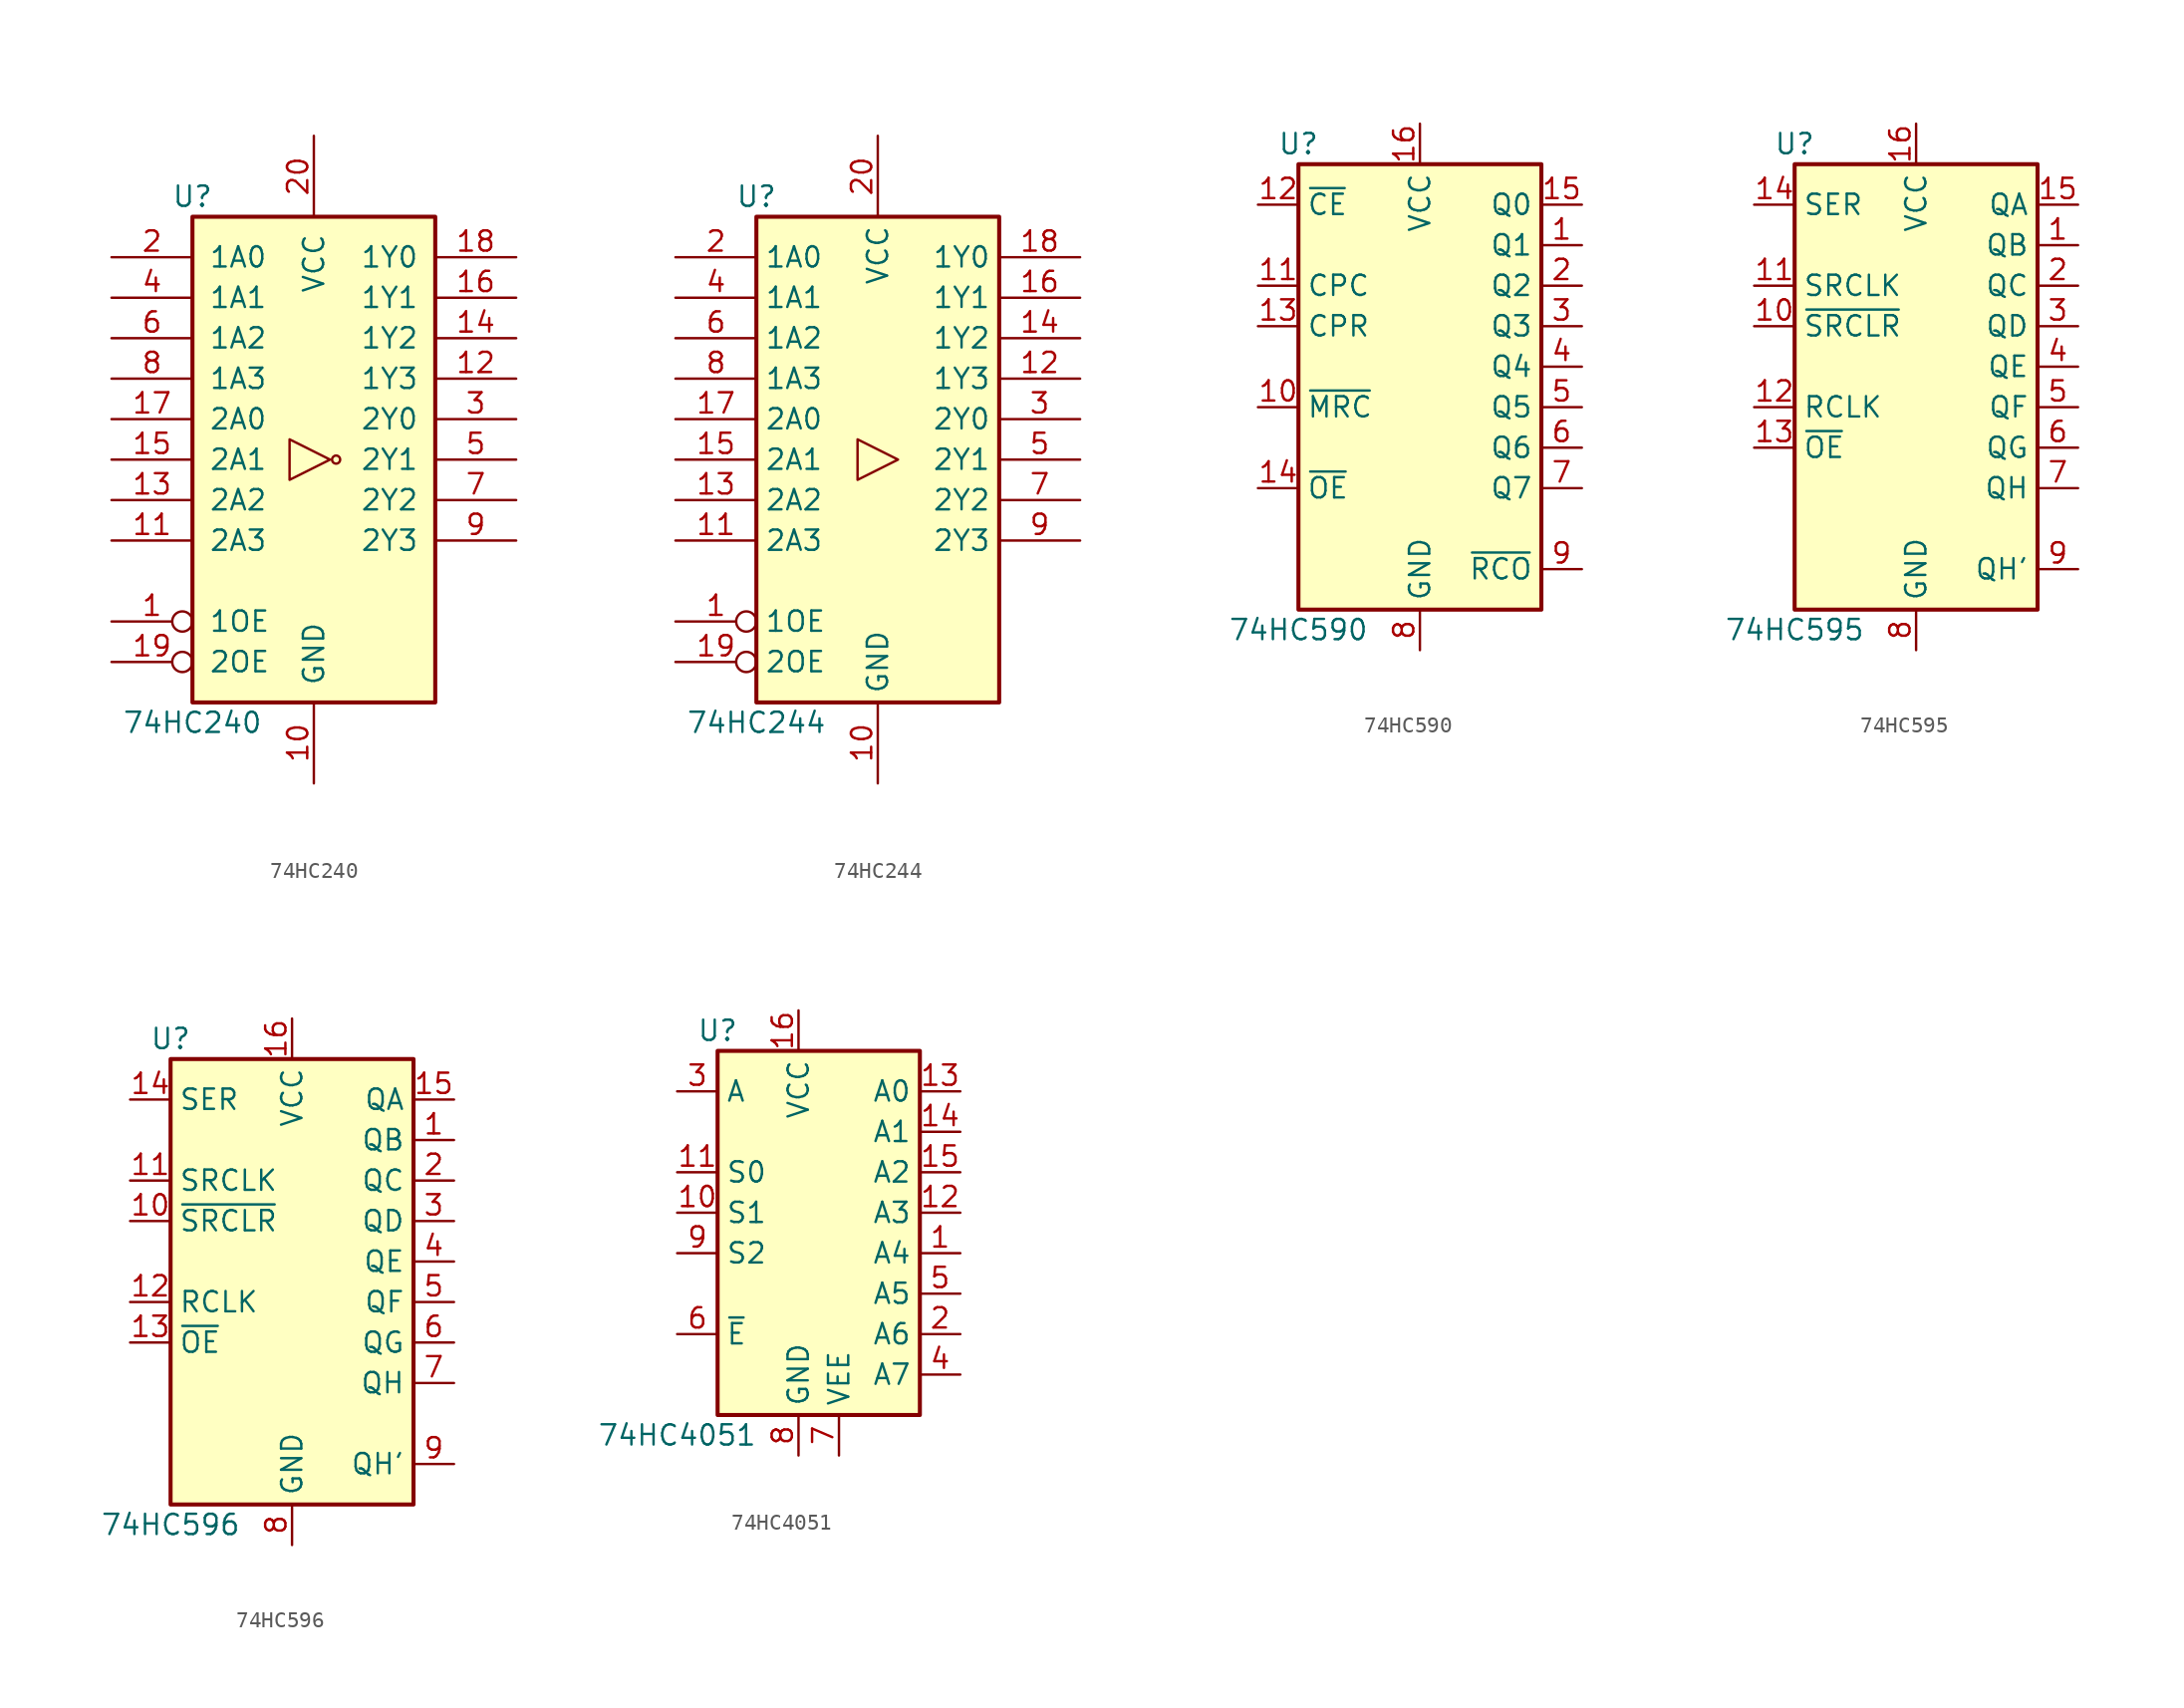
<source format=kicad_sym>
(kicad_symbol_lib
  (version 20201005)
  (generator kicad_symbol_editor)
  (symbol "74HC240"
    (pin_names
      (offset 1.016))
    (property "Reference" "U"
      (at -7.62 16.51 0)
      (effects (font (size 1.27 1.27))))
    (property "Value" "74HC240"
      (at -7.62 -16.51 0)
      (effects (font (size 1.27 1.27))))
    (property "ki_locked" ""
      (at 0 0 0)
      (effects (font (size 1.27 1.27))))
    (symbol "74HC240_1_0"
      (circle (center 1.397 0) (radius 0.254) (stroke (width 0.152)) (fill (type none)))
      (polyline (pts (xy 1.016 0) (xy -1.524 1.27) (xy -1.524 -1.27) (xy 1.016 0)) (stroke (width 0.152)) (fill (type none)))
      (pin input inverted (at -12.7 -10.16 0) (length 5.08) (name "1OE" (effects (font (size 1.27 1.27)))) (number "1" (effects (font (size 1.27 1.27)))))
      (pin power_in line (at 0 -20.32 90) (length 5.08) (name "GND" (effects (font (size 1.27 1.27)))) (number "10" (effects (font (size 1.27 1.27)))))
      (pin input line (at -12.7 -5.08 0) (length 5.08) (name "2A3" (effects (font (size 1.27 1.27)))) (number "11" (effects (font (size 1.27 1.27)))))
      (pin tri_state line (at 12.7 5.08 180) (length 5.08) (name "1Y3" (effects (font (size 1.27 1.27)))) (number "12" (effects (font (size 1.27 1.27)))))
      (pin input line (at -12.7 -2.54 0) (length 5.08) (name "2A2" (effects (font (size 1.27 1.27)))) (number "13" (effects (font (size 1.27 1.27)))))
      (pin tri_state line (at 12.7 7.62 180) (length 5.08) (name "1Y2" (effects (font (size 1.27 1.27)))) (number "14" (effects (font (size 1.27 1.27)))))
      (pin input line (at -12.7 0 0) (length 5.08) (name "2A1" (effects (font (size 1.27 1.27)))) (number "15" (effects (font (size 1.27 1.27)))))
      (pin tri_state line (at 12.7 10.16 180) (length 5.08) (name "1Y1" (effects (font (size 1.27 1.27)))) (number "16" (effects (font (size 1.27 1.27)))))
      (pin input line (at -12.7 2.54 0) (length 5.08) (name "2A0" (effects (font (size 1.27 1.27)))) (number "17" (effects (font (size 1.27 1.27)))))
      (pin tri_state line (at 12.7 12.7 180) (length 5.08) (name "1Y0" (effects (font (size 1.27 1.27)))) (number "18" (effects (font (size 1.27 1.27)))))
      (pin input inverted (at -12.7 -12.7 0) (length 5.08) (name "2OE" (effects (font (size 1.27 1.27)))) (number "19" (effects (font (size 1.27 1.27)))))
      (pin input line (at -12.7 12.7 0) (length 5.08) (name "1A0" (effects (font (size 1.27 1.27)))) (number "2" (effects (font (size 1.27 1.27)))))
      (pin power_in line (at 0 20.32 270) (length 5.08) (name "VCC" (effects (font (size 1.27 1.27)))) (number "20" (effects (font (size 1.27 1.27)))))
      (pin tri_state line (at 12.7 2.54 180) (length 5.08) (name "2Y0" (effects (font (size 1.27 1.27)))) (number "3" (effects (font (size 1.27 1.27)))))
      (pin input line (at -12.7 10.16 0) (length 5.08) (name "1A1" (effects (font (size 1.27 1.27)))) (number "4" (effects (font (size 1.27 1.27)))))
      (pin tri_state line (at 12.7 0 180) (length 5.08) (name "2Y1" (effects (font (size 1.27 1.27)))) (number "5" (effects (font (size 1.27 1.27)))))
      (pin input line (at -12.7 7.62 0) (length 5.08) (name "1A2" (effects (font (size 1.27 1.27)))) (number "6" (effects (font (size 1.27 1.27)))))
      (pin tri_state line (at 12.7 -2.54 180) (length 5.08) (name "2Y2" (effects (font (size 1.27 1.27)))) (number "7" (effects (font (size 1.27 1.27)))))
      (pin input line (at -12.7 5.08 0) (length 5.08) (name "1A3" (effects (font (size 1.27 1.27)))) (number "8" (effects (font (size 1.27 1.27)))))
      (pin tri_state line (at 12.7 -5.08 180) (length 5.08) (name "2Y3" (effects (font (size 1.27 1.27)))) (number "9" (effects (font (size 1.27 1.27))))))
    (symbol "74HC240_1_1"
      (rectangle (start -7.62 15.24) (end 7.62 -15.24) (stroke (width 0.254)) (fill (type background)))))
  (symbol "74HC244"
    (property "Reference" "U"
      (at -7.62 16.51 0)
      (effects (font (size 1.27 1.27))))
    (property "Value" "74HC244"
      (at -7.62 -16.51 0)
      (effects (font (size 1.27 1.27))))
    (symbol "74HC244_1_0"
      (polyline (pts (xy 1.27 0) (xy -1.27 1.27) (xy -1.27 -1.27) (xy 1.27 0)) (stroke (width 0.152)) (fill (type none)))
      (pin input inverted (at -12.7 -10.16 0) (length 5.08) (name "1OE" (effects (font (size 1.27 1.27)))) (number "1" (effects (font (size 1.27 1.27)))))
      (pin power_in line (at 0 -20.32 90) (length 5.08) (name "GND" (effects (font (size 1.27 1.27)))) (number "10" (effects (font (size 1.27 1.27)))))
      (pin input line (at -12.7 -5.08 0) (length 5.08) (name "2A3" (effects (font (size 1.27 1.27)))) (number "11" (effects (font (size 1.27 1.27)))))
      (pin tri_state line (at 12.7 5.08 180) (length 5.08) (name "1Y3" (effects (font (size 1.27 1.27)))) (number "12" (effects (font (size 1.27 1.27)))))
      (pin input line (at -12.7 -2.54 0) (length 5.08) (name "2A2" (effects (font (size 1.27 1.27)))) (number "13" (effects (font (size 1.27 1.27)))))
      (pin tri_state line (at 12.7 7.62 180) (length 5.08) (name "1Y2" (effects (font (size 1.27 1.27)))) (number "14" (effects (font (size 1.27 1.27)))))
      (pin input line (at -12.7 0 0) (length 5.08) (name "2A1" (effects (font (size 1.27 1.27)))) (number "15" (effects (font (size 1.27 1.27)))))
      (pin tri_state line (at 12.7 10.16 180) (length 5.08) (name "1Y1" (effects (font (size 1.27 1.27)))) (number "16" (effects (font (size 1.27 1.27)))))
      (pin input line (at -12.7 2.54 0) (length 5.08) (name "2A0" (effects (font (size 1.27 1.27)))) (number "17" (effects (font (size 1.27 1.27)))))
      (pin tri_state line (at 12.7 12.7 180) (length 5.08) (name "1Y0" (effects (font (size 1.27 1.27)))) (number "18" (effects (font (size 1.27 1.27)))))
      (pin input inverted (at -12.7 -12.7 0) (length 5.08) (name "2OE" (effects (font (size 1.27 1.27)))) (number "19" (effects (font (size 1.27 1.27)))))
      (pin input line (at -12.7 12.7 0) (length 5.08) (name "1A0" (effects (font (size 1.27 1.27)))) (number "2" (effects (font (size 1.27 1.27)))))
      (pin power_in line (at 0 20.32 270) (length 5.08) (name "VCC" (effects (font (size 1.27 1.27)))) (number "20" (effects (font (size 1.27 1.27)))))
      (pin tri_state line (at 12.7 2.54 180) (length 5.08) (name "2Y0" (effects (font (size 1.27 1.27)))) (number "3" (effects (font (size 1.27 1.27)))))
      (pin input line (at -12.7 10.16 0) (length 5.08) (name "1A1" (effects (font (size 1.27 1.27)))) (number "4" (effects (font (size 1.27 1.27)))))
      (pin tri_state line (at 12.7 0 180) (length 5.08) (name "2Y1" (effects (font (size 1.27 1.27)))) (number "5" (effects (font (size 1.27 1.27)))))
      (pin input line (at -12.7 7.62 0) (length 5.08) (name "1A2" (effects (font (size 1.27 1.27)))) (number "6" (effects (font (size 1.27 1.27)))))
      (pin tri_state line (at 12.7 -2.54 180) (length 5.08) (name "2Y2" (effects (font (size 1.27 1.27)))) (number "7" (effects (font (size 1.27 1.27)))))
      (pin input line (at -12.7 5.08 0) (length 5.08) (name "1A3" (effects (font (size 1.27 1.27)))) (number "8" (effects (font (size 1.27 1.27)))))
      (pin tri_state line (at 12.7 -5.08 180) (length 5.08) (name "2Y3" (effects (font (size 1.27 1.27)))) (number "9" (effects (font (size 1.27 1.27))))))
    (symbol "74HC244_1_1"
      (rectangle (start -7.62 15.24) (end 7.62 -15.24) (stroke (width 0.254)) (fill (type background)))))
  (symbol "74HC590"
    (property "Reference" "U"
      (at -7.62 16.51 0)
      (effects (font (size 1.27 1.27))))
    (property "Value" "74HC590"
      (at -7.62 -13.97 0)
      (effects (font (size 1.27 1.27))))
    (symbol "74HC590_1_0"
      (pin tri_state line (at 10.16 10.16 180) (length 2.54) (name "Q1" (effects (font (size 1.27 1.27)))) (number "1" (effects (font (size 1.27 1.27)))))
      (pin input line (at -10.16 0 0) (length 2.54) (name "~MRC" (effects (font (size 1.27 1.27)))) (number "10" (effects (font (size 1.27 1.27)))))
      (pin input line (at -10.16 7.62 0) (length 2.54) (name "CPC" (effects (font (size 1.27 1.27)))) (number "11" (effects (font (size 1.27 1.27)))))
      (pin input line (at -10.16 12.7 0) (length 2.54) (name "~CE" (effects (font (size 1.27 1.27)))) (number "12" (effects (font (size 1.27 1.27)))))
      (pin input line (at -10.16 5.08 0) (length 2.54) (name "CPR" (effects (font (size 1.27 1.27)))) (number "13" (effects (font (size 1.27 1.27)))))
      (pin input line (at -10.16 -5.08 0) (length 2.54) (name "~OE" (effects (font (size 1.27 1.27)))) (number "14" (effects (font (size 1.27 1.27)))))
      (pin tri_state line (at 10.16 12.7 180) (length 2.54) (name "Q0" (effects (font (size 1.27 1.27)))) (number "15" (effects (font (size 1.27 1.27)))))
      (pin power_in line (at 0 17.78 270) (length 2.54) (name "VCC" (effects (font (size 1.27 1.27)))) (number "16" (effects (font (size 1.27 1.27)))))
      (pin tri_state line (at 10.16 7.62 180) (length 2.54) (name "Q2" (effects (font (size 1.27 1.27)))) (number "2" (effects (font (size 1.27 1.27)))))
      (pin tri_state line (at 10.16 5.08 180) (length 2.54) (name "Q3" (effects (font (size 1.27 1.27)))) (number "3" (effects (font (size 1.27 1.27)))))
      (pin tri_state line (at 10.16 2.54 180) (length 2.54) (name "Q4" (effects (font (size 1.27 1.27)))) (number "4" (effects (font (size 1.27 1.27)))))
      (pin tri_state line (at 10.16 0 180) (length 2.54) (name "Q5" (effects (font (size 1.27 1.27)))) (number "5" (effects (font (size 1.27 1.27)))))
      (pin tri_state line (at 10.16 -2.54 180) (length 2.54) (name "Q6" (effects (font (size 1.27 1.27)))) (number "6" (effects (font (size 1.27 1.27)))))
      (pin tri_state line (at 10.16 -5.08 180) (length 2.54) (name "Q7" (effects (font (size 1.27 1.27)))) (number "7" (effects (font (size 1.27 1.27)))))
      (pin power_in line (at 0 -15.24 90) (length 2.54) (name "GND" (effects (font (size 1.27 1.27)))) (number "8" (effects (font (size 1.27 1.27)))))
      (pin output line (at 10.16 -10.16 180) (length 2.54) (name "~RCO" (effects (font (size 1.27 1.27)))) (number "9" (effects (font (size 1.27 1.27))))))
    (symbol "74HC590_1_1"
      (rectangle (start -7.62 15.24) (end 7.62 -12.7) (stroke (width 0.254)) (fill (type background)))))
  (symbol "74HC595"
    (property "Reference" "U"
      (at -7.62 13.97 0)
      (effects (font (size 1.27 1.27))))
    (property "Value" "74HC595"
      (at -7.62 -16.51 0)
      (effects (font (size 1.27 1.27))))
    (symbol "74HC595_1_0"
      (pin tri_state line (at 10.16 7.62 180) (length 2.54) (name "QB" (effects (font (size 1.27 1.27)))) (number "1" (effects (font (size 1.27 1.27)))))
      (pin input line (at -10.16 2.54 0) (length 2.54) (name "~SRCLR" (effects (font (size 1.27 1.27)))) (number "10" (effects (font (size 1.27 1.27)))))
      (pin input line (at -10.16 5.08 0) (length 2.54) (name "SRCLK" (effects (font (size 1.27 1.27)))) (number "11" (effects (font (size 1.27 1.27)))))
      (pin input line (at -10.16 -2.54 0) (length 2.54) (name "RCLK" (effects (font (size 1.27 1.27)))) (number "12" (effects (font (size 1.27 1.27)))))
      (pin input line (at -10.16 -5.08 0) (length 2.54) (name "~OE" (effects (font (size 1.27 1.27)))) (number "13" (effects (font (size 1.27 1.27)))))
      (pin input line (at -10.16 10.16 0) (length 2.54) (name "SER" (effects (font (size 1.27 1.27)))) (number "14" (effects (font (size 1.27 1.27)))))
      (pin tri_state line (at 10.16 10.16 180) (length 2.54) (name "QA" (effects (font (size 1.27 1.27)))) (number "15" (effects (font (size 1.27 1.27)))))
      (pin power_in line (at 0 15.24 270) (length 2.54) (name "VCC" (effects (font (size 1.27 1.27)))) (number "16" (effects (font (size 1.27 1.27)))))
      (pin tri_state line (at 10.16 5.08 180) (length 2.54) (name "QC" (effects (font (size 1.27 1.27)))) (number "2" (effects (font (size 1.27 1.27)))))
      (pin tri_state line (at 10.16 2.54 180) (length 2.54) (name "QD" (effects (font (size 1.27 1.27)))) (number "3" (effects (font (size 1.27 1.27)))))
      (pin tri_state line (at 10.16 0 180) (length 2.54) (name "QE" (effects (font (size 1.27 1.27)))) (number "4" (effects (font (size 1.27 1.27)))))
      (pin tri_state line (at 10.16 -2.54 180) (length 2.54) (name "QF" (effects (font (size 1.27 1.27)))) (number "5" (effects (font (size 1.27 1.27)))))
      (pin tri_state line (at 10.16 -5.08 180) (length 2.54) (name "QG" (effects (font (size 1.27 1.27)))) (number "6" (effects (font (size 1.27 1.27)))))
      (pin tri_state line (at 10.16 -7.62 180) (length 2.54) (name "QH" (effects (font (size 1.27 1.27)))) (number "7" (effects (font (size 1.27 1.27)))))
      (pin power_in line (at 0 -17.78 90) (length 2.54) (name "GND" (effects (font (size 1.27 1.27)))) (number "8" (effects (font (size 1.27 1.27)))))
      (pin output line (at 10.16 -12.7 180) (length 2.54) (name "QH'" (effects (font (size 1.27 1.27)))) (number "9" (effects (font (size 1.27 1.27))))))
    (symbol "74HC595_1_1"
      (rectangle (start -7.62 12.7) (end 7.62 -15.24) (stroke (width 0.254)) (fill (type background)))))
  (symbol "74HC596"
    (property "Reference" "U"
      (at -7.62 13.97 0)
      (effects (font (size 1.27 1.27))))
    (property "Value" "74HC596"
      (at -7.62 -16.51 0)
      (effects (font (size 1.27 1.27))))
    (symbol "74HC596_1_0"
      (pin open_collector line (at 10.16 7.62 180) (length 2.54) (name "QB" (effects (font (size 1.27 1.27)))) (number "1" (effects (font (size 1.27 1.27)))))
      (pin input line (at -10.16 2.54 0) (length 2.54) (name "~SRCLR" (effects (font (size 1.27 1.27)))) (number "10" (effects (font (size 1.27 1.27)))))
      (pin input line (at -10.16 5.08 0) (length 2.54) (name "SRCLK" (effects (font (size 1.27 1.27)))) (number "11" (effects (font (size 1.27 1.27)))))
      (pin input line (at -10.16 -2.54 0) (length 2.54) (name "RCLK" (effects (font (size 1.27 1.27)))) (number "12" (effects (font (size 1.27 1.27)))))
      (pin input line (at -10.16 -5.08 0) (length 2.54) (name "~OE" (effects (font (size 1.27 1.27)))) (number "13" (effects (font (size 1.27 1.27)))))
      (pin input line (at -10.16 10.16 0) (length 2.54) (name "SER" (effects (font (size 1.27 1.27)))) (number "14" (effects (font (size 1.27 1.27)))))
      (pin open_collector line (at 10.16 10.16 180) (length 2.54) (name "QA" (effects (font (size 1.27 1.27)))) (number "15" (effects (font (size 1.27 1.27)))))
      (pin power_in line (at 0 15.24 270) (length 2.54) (name "VCC" (effects (font (size 1.27 1.27)))) (number "16" (effects (font (size 1.27 1.27)))))
      (pin open_collector line (at 10.16 5.08 180) (length 2.54) (name "QC" (effects (font (size 1.27 1.27)))) (number "2" (effects (font (size 1.27 1.27)))))
      (pin open_collector line (at 10.16 2.54 180) (length 2.54) (name "QD" (effects (font (size 1.27 1.27)))) (number "3" (effects (font (size 1.27 1.27)))))
      (pin open_collector line (at 10.16 0 180) (length 2.54) (name "QE" (effects (font (size 1.27 1.27)))) (number "4" (effects (font (size 1.27 1.27)))))
      (pin open_collector line (at 10.16 -2.54 180) (length 2.54) (name "QF" (effects (font (size 1.27 1.27)))) (number "5" (effects (font (size 1.27 1.27)))))
      (pin open_collector line (at 10.16 -5.08 180) (length 2.54) (name "QG" (effects (font (size 1.27 1.27)))) (number "6" (effects (font (size 1.27 1.27)))))
      (pin open_collector line (at 10.16 -7.62 180) (length 2.54) (name "QH" (effects (font (size 1.27 1.27)))) (number "7" (effects (font (size 1.27 1.27)))))
      (pin power_in line (at 0 -17.78 90) (length 2.54) (name "GND" (effects (font (size 1.27 1.27)))) (number "8" (effects (font (size 1.27 1.27)))))
      (pin output line (at 10.16 -12.7 180) (length 2.54) (name "QH'" (effects (font (size 1.27 1.27)))) (number "9" (effects (font (size 1.27 1.27))))))
    (symbol "74HC596_1_1"
      (rectangle (start -7.62 12.7) (end 7.62 -15.24) (stroke (width 0.254)) (fill (type background)))))
  (symbol "74HC4051"
    (property "Reference" "U"
      (at -5.08 11.43 0)
      (effects (font (size 1.27 1.27))))
    (property "Value" "74HC4051"
      (at -7.62 -13.97 0)
      (effects (font (size 1.27 1.27))))
    (symbol "74HC4051_0_1"
      (rectangle (start -5.08 10.16) (end 7.62 -12.7) (stroke (width 0.254)) (fill (type background))))
    (symbol "74HC4051_1_1"
      (pin passive line (at 10.16 -2.54 180) (length 2.54) (name "A4" (effects (font (size 1.27 1.27)))) (number "1" (effects (font (size 1.27 1.27)))))
      (pin input line (at -7.62 0 0) (length 2.54) (name "S1" (effects (font (size 1.27 1.27)))) (number "10" (effects (font (size 1.27 1.27)))))
      (pin input line (at -7.62 2.54 0) (length 2.54) (name "S0" (effects (font (size 1.27 1.27)))) (number "11" (effects (font (size 1.27 1.27)))))
      (pin passive line (at 10.16 0 180) (length 2.54) (name "A3" (effects (font (size 1.27 1.27)))) (number "12" (effects (font (size 1.27 1.27)))))
      (pin passive line (at 10.16 7.62 180) (length 2.54) (name "A0" (effects (font (size 1.27 1.27)))) (number "13" (effects (font (size 1.27 1.27)))))
      (pin passive line (at 10.16 5.08 180) (length 2.54) (name "A1" (effects (font (size 1.27 1.27)))) (number "14" (effects (font (size 1.27 1.27)))))
      (pin passive line (at 10.16 2.54 180) (length 2.54) (name "A2" (effects (font (size 1.27 1.27)))) (number "15" (effects (font (size 1.27 1.27)))))
      (pin power_in line (at 0 12.7 270) (length 2.54) (name "VCC" (effects (font (size 1.27 1.27)))) (number "16" (effects (font (size 1.27 1.27)))))
      (pin passive line (at 10.16 -7.62 180) (length 2.54) (name "A6" (effects (font (size 1.27 1.27)))) (number "2" (effects (font (size 1.27 1.27)))))
      (pin passive line (at -7.62 7.62 0) (length 2.54) (name "A" (effects (font (size 1.27 1.27)))) (number "3" (effects (font (size 1.27 1.27)))))
      (pin passive line (at 10.16 -10.16 180) (length 2.54) (name "A7" (effects (font (size 1.27 1.27)))) (number "4" (effects (font (size 1.27 1.27)))))
      (pin passive line (at 10.16 -5.08 180) (length 2.54) (name "A5" (effects (font (size 1.27 1.27)))) (number "5" (effects (font (size 1.27 1.27)))))
      (pin input line (at -7.62 -7.62 0) (length 2.54) (name "~E" (effects (font (size 1.27 1.27)))) (number "6" (effects (font (size 1.27 1.27)))))
      (pin power_in line (at 2.54 -15.24 90) (length 2.54) (name "VEE" (effects (font (size 1.27 1.27)))) (number "7" (effects (font (size 1.27 1.27)))))
      (pin power_in line (at 0 -15.24 90) (length 2.54) (name "GND" (effects (font (size 1.27 1.27)))) (number "8" (effects (font (size 1.27 1.27)))))
      (pin input line (at -7.62 -2.54 0) (length 2.54) (name "S2" (effects (font (size 1.27 1.27)))) (number "9" (effects (font (size 1.27 1.27))))))))
</source>
